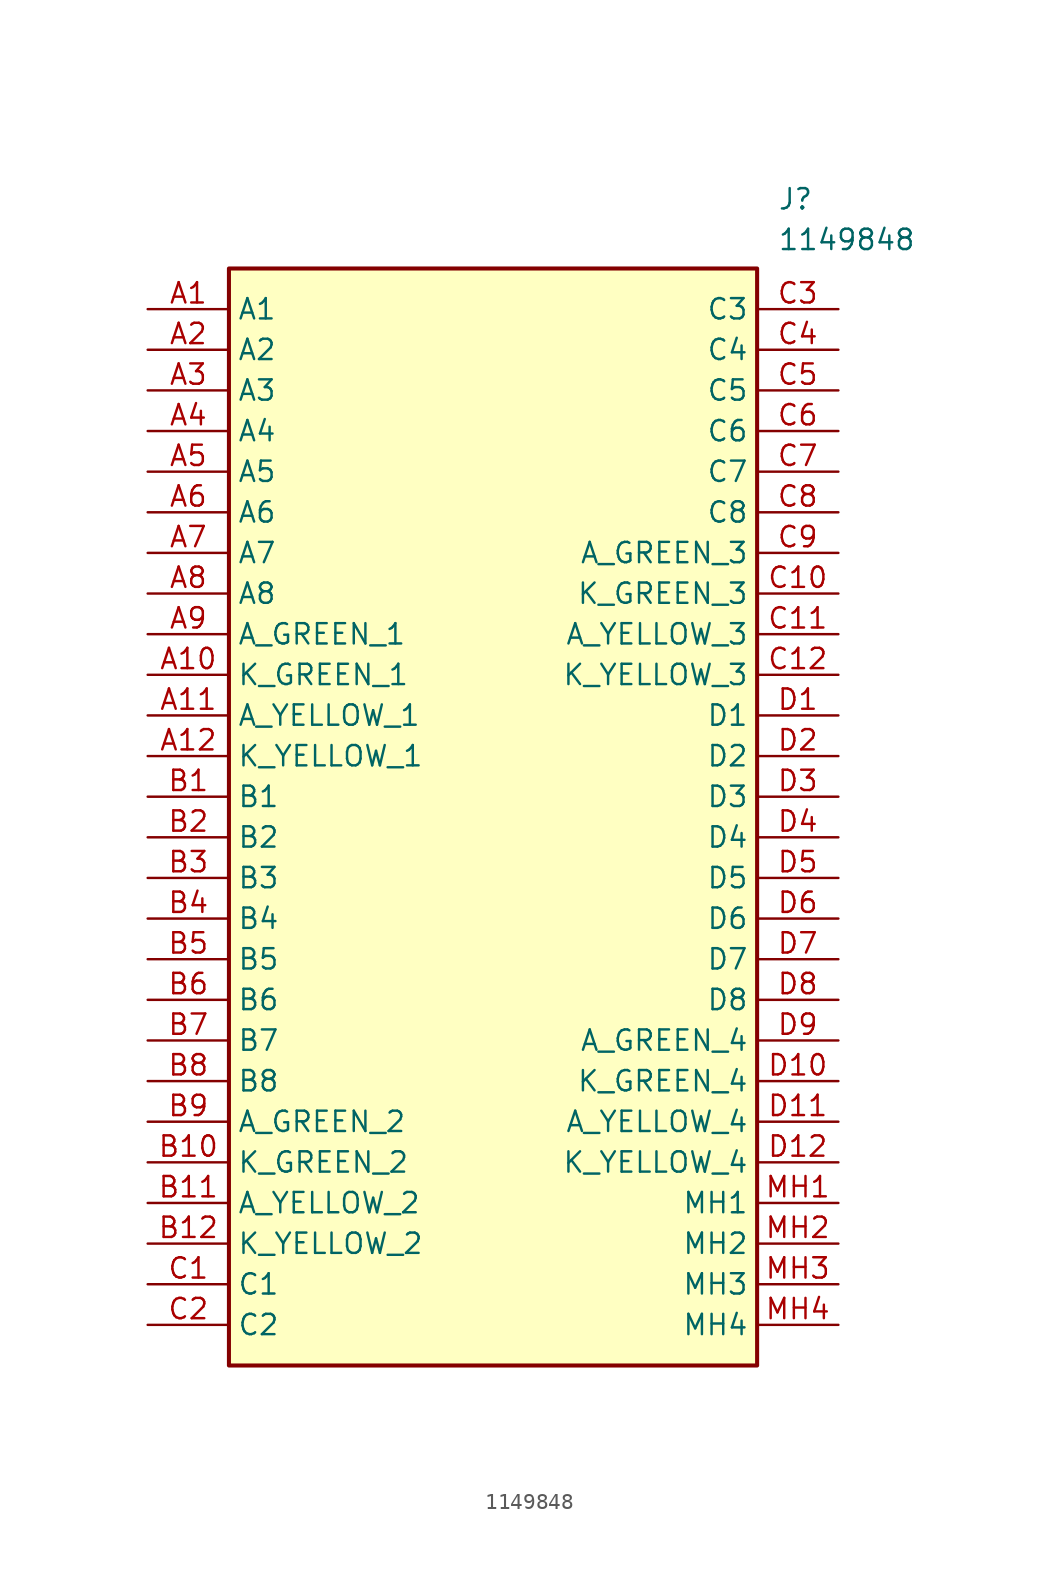
<source format=kicad_sym>
(kicad_symbol_lib
  (version 20211014)
  (generator SamacSys_ECAD_Model)
  (symbol "1149848"
    (property "Reference" "J"
      (at 39.37 7.62 0)
      (effects (font (size 1.27 1.27)) (justify left top)))
    (property "Value" "1149848"
      (at 39.37 5.08 0)
      (effects (font (size 1.27 1.27)) (justify left top)))
    (rectangle
      (start 5.08 2.54)
      (end 38.1 -66.04)
      (stroke (width 0.254) (type default))
      (fill (type background)))
    (pin passive line
      (at 0 0 0)
      (length 5.08)
      (name "A1" (effects (font (size 1.27 1.27))))
      (number "A1" (effects (font (size 1.27 1.27)))))
    (pin passive line
      (at 0 -2.54 0)
      (length 5.08)
      (name "A2" (effects (font (size 1.27 1.27))))
      (number "A2" (effects (font (size 1.27 1.27)))))
    (pin passive line
      (at 0 -5.08 0)
      (length 5.08)
      (name "A3" (effects (font (size 1.27 1.27))))
      (number "A3" (effects (font (size 1.27 1.27)))))
    (pin passive line
      (at 0 -7.62 0)
      (length 5.08)
      (name "A4" (effects (font (size 1.27 1.27))))
      (number "A4" (effects (font (size 1.27 1.27)))))
    (pin passive line
      (at 0 -10.16 0)
      (length 5.08)
      (name "A5" (effects (font (size 1.27 1.27))))
      (number "A5" (effects (font (size 1.27 1.27)))))
    (pin passive line
      (at 0 -12.7 0)
      (length 5.08)
      (name "A6" (effects (font (size 1.27 1.27))))
      (number "A6" (effects (font (size 1.27 1.27)))))
    (pin passive line
      (at 0 -15.24 0)
      (length 5.08)
      (name "A7" (effects (font (size 1.27 1.27))))
      (number "A7" (effects (font (size 1.27 1.27)))))
    (pin passive line
      (at 0 -17.78 0)
      (length 5.08)
      (name "A8" (effects (font (size 1.27 1.27))))
      (number "A8" (effects (font (size 1.27 1.27)))))
    (pin passive line
      (at 0 -20.32 0)
      (length 5.08)
      (name "A_GREEN_1" (effects (font (size 1.27 1.27))))
      (number "A9" (effects (font (size 1.27 1.27)))))
    (pin passive line
      (at 0 -22.86 0)
      (length 5.08)
      (name "K_GREEN_1" (effects (font (size 1.27 1.27))))
      (number "A10" (effects (font (size 1.27 1.27)))))
    (pin passive line
      (at 0 -25.4 0)
      (length 5.08)
      (name "A_YELLOW_1" (effects (font (size 1.27 1.27))))
      (number "A11" (effects (font (size 1.27 1.27)))))
    (pin passive line
      (at 0 -27.94 0)
      (length 5.08)
      (name "K_YELLOW_1" (effects (font (size 1.27 1.27))))
      (number "A12" (effects (font (size 1.27 1.27)))))
    (pin passive line
      (at 0 -30.48 0)
      (length 5.08)
      (name "B1" (effects (font (size 1.27 1.27))))
      (number "B1" (effects (font (size 1.27 1.27)))))
    (pin passive line
      (at 0 -33.02 0)
      (length 5.08)
      (name "B2" (effects (font (size 1.27 1.27))))
      (number "B2" (effects (font (size 1.27 1.27)))))
    (pin passive line
      (at 0 -35.56 0)
      (length 5.08)
      (name "B3" (effects (font (size 1.27 1.27))))
      (number "B3" (effects (font (size 1.27 1.27)))))
    (pin passive line
      (at 0 -38.1 0)
      (length 5.08)
      (name "B4" (effects (font (size 1.27 1.27))))
      (number "B4" (effects (font (size 1.27 1.27)))))
    (pin passive line
      (at 0 -40.64 0)
      (length 5.08)
      (name "B5" (effects (font (size 1.27 1.27))))
      (number "B5" (effects (font (size 1.27 1.27)))))
    (pin passive line
      (at 0 -43.18 0)
      (length 5.08)
      (name "B6" (effects (font (size 1.27 1.27))))
      (number "B6" (effects (font (size 1.27 1.27)))))
    (pin passive line
      (at 0 -45.72 0)
      (length 5.08)
      (name "B7" (effects (font (size 1.27 1.27))))
      (number "B7" (effects (font (size 1.27 1.27)))))
    (pin passive line
      (at 0 -48.26 0)
      (length 5.08)
      (name "B8" (effects (font (size 1.27 1.27))))
      (number "B8" (effects (font (size 1.27 1.27)))))
    (pin passive line
      (at 0 -50.8 0)
      (length 5.08)
      (name "A_GREEN_2" (effects (font (size 1.27 1.27))))
      (number "B9" (effects (font (size 1.27 1.27)))))
    (pin passive line
      (at 0 -53.34 0)
      (length 5.08)
      (name "K_GREEN_2" (effects (font (size 1.27 1.27))))
      (number "B10" (effects (font (size 1.27 1.27)))))
    (pin passive line
      (at 0 -55.88 0)
      (length 5.08)
      (name "A_YELLOW_2" (effects (font (size 1.27 1.27))))
      (number "B11" (effects (font (size 1.27 1.27)))))
    (pin passive line
      (at 0 -58.42 0)
      (length 5.08)
      (name "K_YELLOW_2" (effects (font (size 1.27 1.27))))
      (number "B12" (effects (font (size 1.27 1.27)))))
    (pin passive line
      (at 0 -60.96 0)
      (length 5.08)
      (name "C1" (effects (font (size 1.27 1.27))))
      (number "C1" (effects (font (size 1.27 1.27)))))
    (pin passive line
      (at 0 -63.5 0)
      (length 5.08)
      (name "C2" (effects (font (size 1.27 1.27))))
      (number "C2" (effects (font (size 1.27 1.27)))))
    (pin passive line
      (at 43.18 0 180)
      (length 5.08)
      (name "C3" (effects (font (size 1.27 1.27))))
      (number "C3" (effects (font (size 1.27 1.27)))))
    (pin passive line
      (at 43.18 -2.54 180)
      (length 5.08)
      (name "C4" (effects (font (size 1.27 1.27))))
      (number "C4" (effects (font (size 1.27 1.27)))))
    (pin passive line
      (at 43.18 -5.08 180)
      (length 5.08)
      (name "C5" (effects (font (size 1.27 1.27))))
      (number "C5" (effects (font (size 1.27 1.27)))))
    (pin passive line
      (at 43.18 -7.62 180)
      (length 5.08)
      (name "C6" (effects (font (size 1.27 1.27))))
      (number "C6" (effects (font (size 1.27 1.27)))))
    (pin passive line
      (at 43.18 -10.16 180)
      (length 5.08)
      (name "C7" (effects (font (size 1.27 1.27))))
      (number "C7" (effects (font (size 1.27 1.27)))))
    (pin passive line
      (at 43.18 -12.7 180)
      (length 5.08)
      (name "C8" (effects (font (size 1.27 1.27))))
      (number "C8" (effects (font (size 1.27 1.27)))))
    (pin passive line
      (at 43.18 -15.24 180)
      (length 5.08)
      (name "A_GREEN_3" (effects (font (size 1.27 1.27))))
      (number "C9" (effects (font (size 1.27 1.27)))))
    (pin passive line
      (at 43.18 -17.78 180)
      (length 5.08)
      (name "K_GREEN_3" (effects (font (size 1.27 1.27))))
      (number "C10" (effects (font (size 1.27 1.27)))))
    (pin passive line
      (at 43.18 -20.32 180)
      (length 5.08)
      (name "A_YELLOW_3" (effects (font (size 1.27 1.27))))
      (number "C11" (effects (font (size 1.27 1.27)))))
    (pin passive line
      (at 43.18 -22.86 180)
      (length 5.08)
      (name "K_YELLOW_3" (effects (font (size 1.27 1.27))))
      (number "C12" (effects (font (size 1.27 1.27)))))
    (pin passive line
      (at 43.18 -25.4 180)
      (length 5.08)
      (name "D1" (effects (font (size 1.27 1.27))))
      (number "D1" (effects (font (size 1.27 1.27)))))
    (pin passive line
      (at 43.18 -27.94 180)
      (length 5.08)
      (name "D2" (effects (font (size 1.27 1.27))))
      (number "D2" (effects (font (size 1.27 1.27)))))
    (pin passive line
      (at 43.18 -30.48 180)
      (length 5.08)
      (name "D3" (effects (font (size 1.27 1.27))))
      (number "D3" (effects (font (size 1.27 1.27)))))
    (pin passive line
      (at 43.18 -33.02 180)
      (length 5.08)
      (name "D4" (effects (font (size 1.27 1.27))))
      (number "D4" (effects (font (size 1.27 1.27)))))
    (pin passive line
      (at 43.18 -35.56 180)
      (length 5.08)
      (name "D5" (effects (font (size 1.27 1.27))))
      (number "D5" (effects (font (size 1.27 1.27)))))
    (pin passive line
      (at 43.18 -38.1 180)
      (length 5.08)
      (name "D6" (effects (font (size 1.27 1.27))))
      (number "D6" (effects (font (size 1.27 1.27)))))
    (pin passive line
      (at 43.18 -40.64 180)
      (length 5.08)
      (name "D7" (effects (font (size 1.27 1.27))))
      (number "D7" (effects (font (size 1.27 1.27)))))
    (pin passive line
      (at 43.18 -43.18 180)
      (length 5.08)
      (name "D8" (effects (font (size 1.27 1.27))))
      (number "D8" (effects (font (size 1.27 1.27)))))
    (pin passive line
      (at 43.18 -45.72 180)
      (length 5.08)
      (name "A_GREEN_4" (effects (font (size 1.27 1.27))))
      (number "D9" (effects (font (size 1.27 1.27)))))
    (pin passive line
      (at 43.18 -48.26 180)
      (length 5.08)
      (name "K_GREEN_4" (effects (font (size 1.27 1.27))))
      (number "D10" (effects (font (size 1.27 1.27)))))
    (pin passive line
      (at 43.18 -50.8 180)
      (length 5.08)
      (name "A_YELLOW_4" (effects (font (size 1.27 1.27))))
      (number "D11" (effects (font (size 1.27 1.27)))))
    (pin passive line
      (at 43.18 -53.34 180)
      (length 5.08)
      (name "K_YELLOW_4" (effects (font (size 1.27 1.27))))
      (number "D12" (effects (font (size 1.27 1.27)))))
    (pin passive line
      (at 43.18 -55.88 180)
      (length 5.08)
      (name "MH1" (effects (font (size 1.27 1.27))))
      (number "MH1" (effects (font (size 1.27 1.27)))))
    (pin passive line
      (at 43.18 -58.42 180)
      (length 5.08)
      (name "MH2" (effects (font (size 1.27 1.27))))
      (number "MH2" (effects (font (size 1.27 1.27)))))
    (pin passive line
      (at 43.18 -60.96 180)
      (length 5.08)
      (name "MH3" (effects (font (size 1.27 1.27))))
      (number "MH3" (effects (font (size 1.27 1.27)))))
    (pin passive line
      (at 43.18 -63.5 180)
      (length 5.08)
      (name "MH4" (effects (font (size 1.27 1.27))))
      (number "MH4" (effects (font (size 1.27 1.27)))))))
</source>
